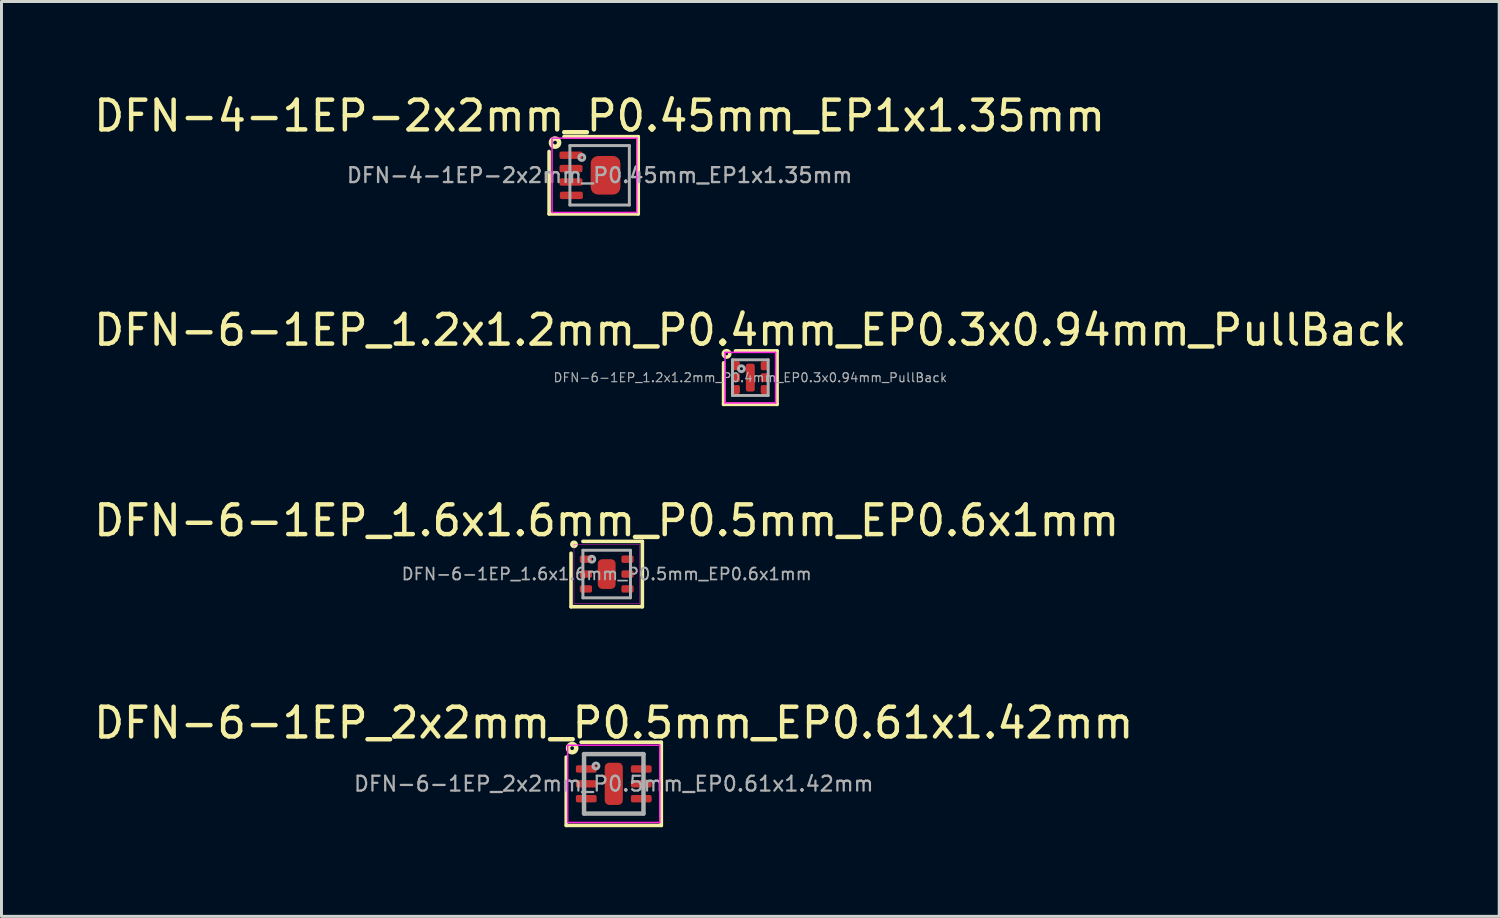
<source format=kicad_pcb>
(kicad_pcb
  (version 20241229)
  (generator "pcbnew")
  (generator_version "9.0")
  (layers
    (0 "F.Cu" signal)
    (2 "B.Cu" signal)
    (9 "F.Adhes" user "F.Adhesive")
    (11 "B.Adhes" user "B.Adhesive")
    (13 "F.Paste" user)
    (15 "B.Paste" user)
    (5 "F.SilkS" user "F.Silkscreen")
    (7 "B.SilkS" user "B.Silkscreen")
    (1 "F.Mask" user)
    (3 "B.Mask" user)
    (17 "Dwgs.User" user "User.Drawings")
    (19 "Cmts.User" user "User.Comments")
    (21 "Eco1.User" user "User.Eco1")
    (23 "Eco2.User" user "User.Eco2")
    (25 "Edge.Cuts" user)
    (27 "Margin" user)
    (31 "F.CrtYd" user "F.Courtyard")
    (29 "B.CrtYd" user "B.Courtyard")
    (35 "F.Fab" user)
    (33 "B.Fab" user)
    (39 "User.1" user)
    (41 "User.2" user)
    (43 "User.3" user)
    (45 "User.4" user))
  (footprint "DFN-4-1EP-2x2mm_P0.45mm_EP1x1.35mm"
    (layer "F.Cu")
    (at 17.125 2.848)
    (property "Reference" "DFN-4-1EP-2x2mm_P0.45mm_EP1x1.35mm" (at 0 -2 0) (layer "F.SilkS") (effects (font (size 1 1) (thickness 0.15))))
    (attr smd)
    (fp_line (start -1.7 1.3) (end -1.7 -0.8) (stroke (width 0.12) (type solid)) (layer "F.SilkS"))
    (fp_line (start -1.2 -1.3) (end 1.3 -1.3) (stroke (width 0.12) (type solid)) (layer "F.SilkS"))
    (fp_line (start 1.3 -1.3) (end 1.3 1.3) (stroke (width 0.12) (type solid)) (layer "F.SilkS"))
    (fp_line (start 1.3 1.3) (end -1.7 1.3) (stroke (width 0.12) (type solid)) (layer "F.SilkS"))
    (fp_circle (center -1.5 -1.1) (end -1.437 -1.1) (stroke (width 0.15) (type solid)) (fill no) (layer "F.SilkS"))
    (fp_line (start -1.6 -1.25) (end -1.6 1.25) (stroke (width 0.05) (type solid)) (layer "F.CrtYd"))
    (fp_line (start -1.6 1.25) (end 1.25 1.25) (stroke (width 0.05) (type solid)) (layer "F.CrtYd"))
    (fp_line (start 1.25 -1.25) (end -1.6 -1.25) (stroke (width 0.05) (type solid)) (layer "F.CrtYd"))
    (fp_line (start 1.25 1.25) (end 1.25 -1.25) (stroke (width 0.05) (type solid)) (layer "F.CrtYd"))
    (fp_line (start -1 -1) (end 1 -1) (stroke (width 0.1) (type solid)) (layer "F.Fab"))
    (fp_line (start -1 1) (end -1 -1) (stroke (width 0.1) (type solid)) (layer "F.Fab"))
    (fp_line (start 1 -1) (end 1 1) (stroke (width 0.1) (type solid)) (layer "F.Fab"))
    (fp_line (start 1 1) (end -1 1) (stroke (width 0.1) (type solid)) (layer "F.Fab"))
    (fp_circle (center -0.6 -0.6) (end -0.5 -0.6) (stroke (width 0.1) (type solid)) (fill no) (layer "F.Fab"))
    (fp_text user "${REFERENCE}" (at 0 0 0) (layer "F.Fab") (effects (font (size 0.5 0.5) (thickness 0.08))))
    (pad "" smd roundrect (at -0.029 -0.325) (size 0.35 0.52) (layers "F.Paste") (roundrect_rratio 0.25))
    (pad "" smd roundrect (at -0.029 0.325) (size 0.35 0.52) (layers "F.Paste") (roundrect_rratio 0.25))
    (pad "" smd roundrect (at 0.429 -0.325) (size 0.35 0.52) (layers "F.Paste") (roundrect_rratio 0.25))
    (pad "" smd roundrect (at 0.429 0.325) (size 0.35 0.52) (layers "F.Paste") (roundrect_rratio 0.25))
    (pad "1" smd roundrect (at -0.963 -0.675) (size 0.775 0.25) (layers "F.Cu" "F.Mask" "F.Paste") (roundrect_rratio 0.25))
    (pad "2" smd roundrect (at -0.963 -0.225) (size 0.775 0.25) (layers "F.Cu" "F.Mask" "F.Paste") (roundrect_rratio 0.25))
    (pad "3" smd roundrect (at -0.963 0.225) (size 0.775 0.25) (layers "F.Cu" "F.Mask" "F.Paste") (roundrect_rratio 0.25))
    (pad "4" smd roundrect (at -0.95 0.675) (size 0.775 0.25) (layers "F.Cu" "F.Mask" "F.Paste") (roundrect_rratio 0.25))
    (pad "5" smd roundrect (at 0.2 0) (size 1 1.3) (layers "F.Cu" "F.Mask") (roundrect_rratio 0.25)))
  (footprint "DFN-6-1EP_1.2x1.2mm_P0.4mm_EP0.3x0.94mm_PullBack"
    (layer "F.Cu")
    (at 22.196 9.656)
    (property "Reference" "DFN-6-1EP_1.2x1.2mm_P0.4mm_EP0.3x0.94mm_PullBack" (at 0 -1.6 0) (layer "F.SilkS") (effects (font (size 1 1) (thickness 0.15))))
    (attr smd)
    (fp_line (start -0.9 0.9) (end -0.9 -0.5) (stroke (width 0.12) (type solid)) (layer "F.SilkS"))
    (fp_line (start -0.5 -0.9) (end 0.9 -0.9) (stroke (width 0.12) (type solid)) (layer "F.SilkS"))
    (fp_line (start 0.9 -0.9) (end 0.9 0.9) (stroke (width 0.12) (type solid)) (layer "F.SilkS"))
    (fp_line (start 0.9 0.9) (end -0.9 0.9) (stroke (width 0.12) (type solid)) (layer "F.SilkS"))
    (fp_circle (center -0.8 -0.8) (end -0.75 -0.8) (stroke (width 0.12) (type solid)) (fill no) (layer "F.SilkS"))
    (fp_line (start -0.85 -0.85) (end -0.85 0.85) (stroke (width 0.05) (type solid)) (layer "F.CrtYd"))
    (fp_line (start -0.85 0.85) (end 0.85 0.85) (stroke (width 0.05) (type solid)) (layer "F.CrtYd"))
    (fp_line (start 0.85 -0.85) (end -0.85 -0.85) (stroke (width 0.05) (type solid)) (layer "F.CrtYd"))
    (fp_line (start 0.85 0.85) (end 0.85 -0.85) (stroke (width 0.05) (type solid)) (layer "F.CrtYd"))
    (fp_line (start -0.6 -0.6) (end 0.6 -0.6) (stroke (width 0.1) (type solid)) (layer "F.Fab"))
    (fp_line (start -0.6 0.6) (end -0.6 -0.6) (stroke (width 0.1) (type solid)) (layer "F.Fab"))
    (fp_line (start 0.6 -0.6) (end 0.6 0.6) (stroke (width 0.1) (type solid)) (layer "F.Fab"))
    (fp_line (start 0.6 0.6) (end -0.6 0.6) (stroke (width 0.1) (type solid)) (layer "F.Fab"))
    (fp_circle (center -0.3 -0.3) (end -0.2 -0.3) (stroke (width 0.1) (type solid)) (fill no) (layer "F.Fab"))
    (fp_text user "${REFERENCE}" (at 0 0 0) (layer "F.Fab") (effects (font (size 0.3 0.3) (thickness 0.04))))
    (pad "" smd roundrect (at 0 -0.235) (size 0.24 0.38) (layers "F.Paste") (roundrect_rratio 0.25))
    (pad "" smd roundrect (at 0 0.235) (size 0.24 0.38) (layers "F.Paste") (roundrect_rratio 0.25))
    (pad "1" smd roundrect (at -0.475 -0.4) (size 0.25 0.3) (layers "F.Cu" "F.Mask" "F.Paste") (roundrect_rratio 0.25))
    (pad "2" smd roundrect (at -0.475 0) (size 0.25 0.3) (layers "F.Cu" "F.Mask" "F.Paste") (roundrect_rratio 0.25))
    (pad "3" smd roundrect (at -0.475 0.4) (size 0.25 0.3) (layers "F.Cu" "F.Mask" "F.Paste") (roundrect_rratio 0.25))
    (pad "4" smd roundrect (at 0.475 0.4) (size 0.25 0.3) (layers "F.Cu" "F.Mask" "F.Paste") (roundrect_rratio 0.25))
    (pad "5" smd roundrect (at 0.475 0) (size 0.25 0.3) (layers "F.Cu" "F.Mask" "F.Paste") (roundrect_rratio 0.25))
    (pad "6" smd roundrect (at 0.475 -0.4) (size 0.25 0.3) (layers "F.Cu" "F.Mask" "F.Paste") (roundrect_rratio 0.25))
    (pad "7" smd roundrect (at 0 0) (size 0.3 0.94) (layers "F.Cu" "F.Mask") (roundrect_rratio 0.25)))
  (footprint "DFN-6-1EP_2x2mm_P0.5mm_EP0.61x1.42mm"
    (layer "F.Cu")
    (at 17.601 23.323)
    (property "Reference" "DFN-6-1EP_2x2mm_P0.5mm_EP0.61x1.42mm" (at 0 -2.05 0) (layer "F.SilkS") (effects (font (size 1 1) (thickness 0.15))))
    (attr smd)
    (fp_line (start -1.6 1.4) (end -1.6 -0.9) (stroke (width 0.12) (type solid)) (layer "F.SilkS"))
    (fp_line (start -1.1 -1.4) (end 1.6 -1.4) (stroke (width 0.12) (type solid)) (layer "F.SilkS"))
    (fp_line (start 1.6 -1.4) (end 1.6 1.4) (stroke (width 0.12) (type solid)) (layer "F.SilkS"))
    (fp_line (start 1.6 1.4) (end -1.6 1.4) (stroke (width 0.12) (type solid)) (layer "F.SilkS"))
    (fp_circle (center -1.4 -1.2) (end -1.337 -1.2) (stroke (width 0.15) (type solid)) (fill no) (layer "F.SilkS"))
    (fp_line (start -1.55 -1.3) (end -1.55 1.3) (stroke (width 0.05) (type solid)) (layer "F.CrtYd"))
    (fp_line (start -1.55 -1.3) (end 1.55 -1.3) (stroke (width 0.05) (type solid)) (layer "F.CrtYd"))
    (fp_line (start -1.55 1.3) (end 1.55 1.3) (stroke (width 0.05) (type solid)) (layer "F.CrtYd"))
    (fp_line (start 1.55 -1.3) (end 1.55 1.3) (stroke (width 0.05) (type solid)) (layer "F.CrtYd"))
    (fp_line (start -1 -1) (end 1 -1) (stroke (width 0.15) (type solid)) (layer "F.Fab"))
    (fp_line (start -1 1) (end -1 -1) (stroke (width 0.15) (type solid)) (layer "F.Fab"))
    (fp_line (start 1 -1) (end 1 1) (stroke (width 0.15) (type solid)) (layer "F.Fab"))
    (fp_line (start 1 1) (end -1 1) (stroke (width 0.15) (type solid)) (layer "F.Fab"))
    (fp_circle (center -0.6 -0.6) (end -0.5 -0.6) (stroke (width 0.1) (type solid)) (fill no) (layer "F.Fab"))
    (fp_text user "${REFERENCE}" (at 0 0 0) (layer "F.Fab") (effects (font (size 0.5 0.5) (thickness 0.075))))
    (pad "" smd roundrect (at 0 -0.355) (size 0.5 0.56) (layers "F.Paste") (roundrect_rratio 0.25))
    (pad "" smd roundrect (at 0 0.355) (size 0.5 0.56) (layers "F.Paste") (roundrect_rratio 0.25))
    (pad "1" smd roundrect (at -0.925 -0.5) (size 0.7 0.25) (layers "F.Cu" "F.Mask" "F.Paste") (roundrect_rratio 0.25))
    (pad "2" smd roundrect (at -0.925 0) (size 0.7 0.25) (layers "F.Cu" "F.Mask" "F.Paste") (roundrect_rratio 0.25))
    (pad "3" smd roundrect (at -0.925 0.5) (size 0.7 0.25) (layers "F.Cu" "F.Mask" "F.Paste") (roundrect_rratio 0.25))
    (pad "4" smd roundrect (at 0.925 0.5) (size 0.7 0.25) (layers "F.Cu" "F.Mask" "F.Paste") (roundrect_rratio 0.25))
    (pad "5" smd roundrect (at 0.925 0) (size 0.7 0.25) (layers "F.Cu" "F.Mask" "F.Paste") (roundrect_rratio 0.25))
    (pad "6" smd roundrect (at 0.925 -0.5) (size 0.7 0.25) (layers "F.Cu" "F.Mask" "F.Paste") (roundrect_rratio 0.25))
    (pad "7" smd roundrect (at 0 0) (size 0.61 1.42) (layers "F.Cu" "F.Mask") (roundrect_rratio 0.25)))
  (footprint "DFN-6-1EP_1.6x1.6mm_P0.5mm_EP0.6x1mm"
    (layer "F.Cu")
    (at 17.363 16.265)
    (property "Reference" "DFN-6-1EP_1.6x1.6mm_P0.5mm_EP0.6x1mm" (at 0 -1.8 0) (layer "F.SilkS") (effects (font (size 1 1) (thickness 0.15))))
    (attr smd)
    (fp_line (start -1.2 1.1) (end -1.2 -0.7) (stroke (width 0.12) (type solid)) (layer "F.SilkS"))
    (fp_line (start -1.2 1.1) (end 1.2 1.1) (stroke (width 0.12) (type solid)) (layer "F.SilkS"))
    (fp_line (start 1.2 -1.1) (end -0.8 -1.1) (stroke (width 0.12) (type solid)) (layer "F.SilkS"))
    (fp_line (start 1.2 1.1) (end 1.2 -1.1) (stroke (width 0.12) (type solid)) (layer "F.SilkS"))
    (fp_circle (center -1.1 -1) (end -1.029 -1) (stroke (width 0.12) (type solid)) (fill yes) (layer "F.SilkS"))
    (fp_line (start -1.1 -1) (end -1.1 1) (stroke (width 0.013) (type solid)) (layer "F.CrtYd"))
    (fp_line (start -1.1 1) (end 1.1 1) (stroke (width 0.013) (type solid)) (layer "F.CrtYd"))
    (fp_line (start 1.1 -1) (end -1.1 -1) (stroke (width 0.013) (type solid)) (layer "F.CrtYd"))
    (fp_line (start 1.1 1) (end 1.1 -1) (stroke (width 0.013) (type solid)) (layer "F.CrtYd"))
    (fp_line (start -0.8 -0.8) (end 0.8 -0.8) (stroke (width 0.1) (type solid)) (layer "F.Fab"))
    (fp_line (start -0.8 0.8) (end -0.8 -0.8) (stroke (width 0.1) (type solid)) (layer "F.Fab"))
    (fp_line (start 0.8 -0.8) (end 0.8 0.8) (stroke (width 0.1) (type solid)) (layer "F.Fab"))
    (fp_line (start 0.8 0.8) (end -0.8 0.8) (stroke (width 0.1) (type solid)) (layer "F.Fab"))
    (fp_circle (center -0.5 -0.5) (end -0.4 -0.5) (stroke (width 0.1) (type solid)) (fill no) (layer "F.Fab"))
    (fp_text user "${REFERENCE}" (at 0 0 0) (layer "F.Fab") (effects (font (size 0.4 0.4) (thickness 0.06))))
    (pad "" smd roundrect (at 0 -0.25) (size 0.4 0.35) (layers "F.Paste") (roundrect_rratio 0.25))
    (pad "" smd roundrect (at 0 0.25) (size 0.4 0.35) (layers "F.Paste") (roundrect_rratio 0.25))
    (pad "1" smd roundrect (at -0.7 -0.5) (size 0.412 0.25) (layers "F.Cu" "F.Mask" "F.Paste") (roundrect_rratio 0.25))
    (pad "2" smd roundrect (at -0.7 0) (size 0.412 0.25) (layers "F.Cu" "F.Mask" "F.Paste") (roundrect_rratio 0.25))
    (pad "3" smd roundrect (at -0.7 0.5) (size 0.412 0.25) (layers "F.Cu" "F.Mask" "F.Paste") (roundrect_rratio 0.25))
    (pad "4" smd roundrect (at 0.7 0.5) (size 0.412 0.25) (layers "F.Cu" "F.Mask" "F.Paste") (roundrect_rratio 0.25))
    (pad "5" smd roundrect (at 0.7 0) (size 0.412 0.25) (layers "F.Cu" "F.Mask" "F.Paste") (roundrect_rratio 0.25))
    (pad "6" smd roundrect (at 0.7 -0.5) (size 0.412 0.25) (layers "F.Cu" "F.Mask" "F.Paste") (roundrect_rratio 0.25))
    (pad "7" smd roundrect (at 0 0) (size 0.6 1) (layers "F.Cu" "F.Mask") (roundrect_rratio 0.25)))
  (gr_rect
    (start -3 -3)
    (end 47.393 27.783)
    (stroke (width 0.1) (type default))
    (fill no)
    (layer "Edge.Cuts")))
</source>
